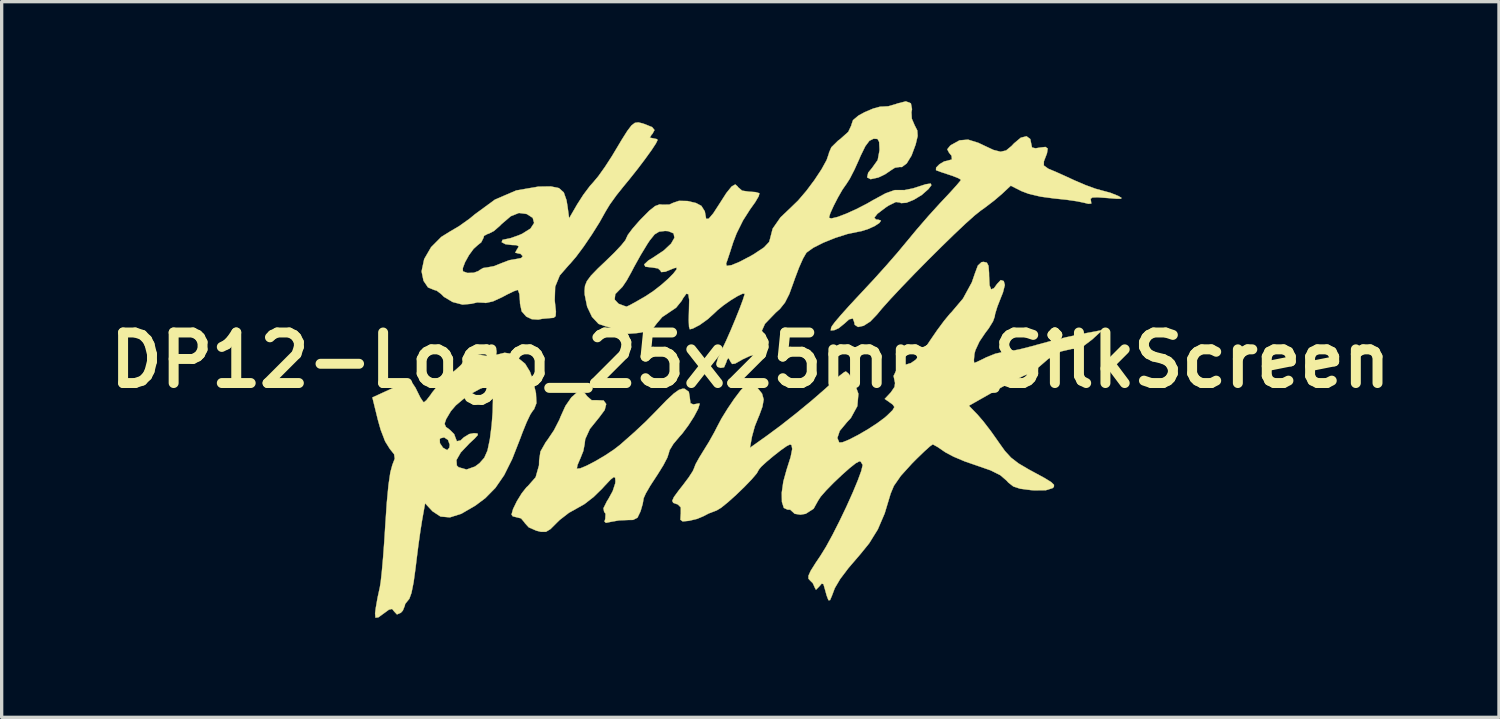
<source format=kicad_pcb>
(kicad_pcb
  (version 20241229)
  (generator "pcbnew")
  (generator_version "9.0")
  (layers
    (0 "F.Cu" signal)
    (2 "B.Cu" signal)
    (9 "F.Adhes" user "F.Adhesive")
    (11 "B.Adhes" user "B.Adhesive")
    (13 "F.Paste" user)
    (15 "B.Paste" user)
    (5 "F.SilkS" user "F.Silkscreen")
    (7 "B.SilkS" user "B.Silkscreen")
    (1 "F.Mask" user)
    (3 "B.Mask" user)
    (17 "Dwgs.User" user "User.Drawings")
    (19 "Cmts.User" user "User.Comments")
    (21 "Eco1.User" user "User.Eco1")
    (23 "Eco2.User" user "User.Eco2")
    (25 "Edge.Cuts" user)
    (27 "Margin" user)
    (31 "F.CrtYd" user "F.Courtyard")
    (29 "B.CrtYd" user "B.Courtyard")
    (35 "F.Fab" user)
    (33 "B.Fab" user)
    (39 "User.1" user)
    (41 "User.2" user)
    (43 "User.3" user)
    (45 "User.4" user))
  (footprint "DP12-Logo_25x25mm_SilkScreen"
    (layer "F.Cu")
    (at 19.565 7.806)
    (property "Reference" "DP12-Logo_25x25mm_SilkScreen" (at 0 0 0) (layer "F.SilkS") (effects (font (size 1.524 1.524) (thickness 0.3))))
    (attr through_hole)
    (fp_poly (pts (xy 8.439 -6.664) (xy 8.467 -6.524) (xy 8.491 -6.411) (xy 8.596 -6.386) (xy 8.734 -6.408) (xy 8.898 -6.427) (xy 8.964 -6.379) (xy 8.942 -6.235) (xy 8.849 -5.992) (xy 8.847 -5.868) (xy 8.983 -5.77) (xy 9.03 -5.751) (xy 9.235 -5.664) (xy 9.524 -5.534) (xy 9.779 -5.416) (xy 10.096 -5.28) (xy 10.399 -5.169) (xy 10.583 -5.118) (xy 10.854 -5.045) (xy 11.091 -4.95) (xy 11.091 -4.95) (xy 11.187 -4.893) (xy 11.175 -4.866) (xy 11.037 -4.866) (xy 10.76 -4.888) (xy 10.467 -4.909) (xy 10.31 -4.903) (xy 10.257 -4.863) (xy 10.267 -4.804) (xy 10.278 -4.72) (xy 10.188 -4.713) (xy 10.058 -4.746) (xy 9.844 -4.79) (xy 9.527 -4.836) (xy 9.174 -4.873) (xy 9.153 -4.875) (xy 8.752 -4.929) (xy 8.391 -5.014) (xy 8.179 -5.094) (xy 7.85 -5.259) (xy 7.587 -5.013) (xy 7.354 -4.814) (xy 7.069 -4.596) (xy 6.943 -4.507) (xy 6.763 -4.363) (xy 6.49 -4.119) (xy 6.149 -3.797) (xy 5.763 -3.421) (xy 5.354 -3.015) (xy 4.947 -2.602) (xy 4.564 -2.204) (xy 4.228 -1.846) (xy 3.964 -1.551) (xy 3.819 -1.376) (xy 3.618 -1.166) (xy 3.416 -1.037) (xy 3.248 -1) (xy 3.147 -1.066) (xy 3.133 -1.143) (xy 3.091 -1.258) (xy 2.976 -1.229) (xy 2.844 -1.109) (xy 2.667 -0.966) (xy 2.536 -0.906) (xy 2.425 -0.895) (xy 2.437 -0.979) (xy 2.462 -1.029) (xy 2.551 -1.149) (xy 2.733 -1.363) (xy 2.985 -1.644) (xy 3.282 -1.964) (xy 3.375 -2.063) (xy 3.732 -2.446) (xy 4.1 -2.855) (xy 4.435 -3.239) (xy 4.696 -3.553) (xy 4.703 -3.561) (xy 5.009 -3.93) (xy 5.366 -4.343) (xy 5.709 -4.721) (xy 5.778 -4.794) (xy 6.021 -5.053) (xy 6.213 -5.266) (xy 6.328 -5.402) (xy 6.35 -5.436) (xy 6.277 -5.483) (xy 6.094 -5.556) (xy 5.99 -5.59) (xy 5.766 -5.664) (xy 5.621 -5.717) (xy 5.597 -5.729) (xy 5.601 -5.804) (xy 5.702 -5.906) (xy 5.844 -5.99) (xy 5.937 -6.011) (xy 6.077 -6.05) (xy 6.066 -6.161) (xy 5.99 -6.254) (xy 5.937 -6.356) (xy 6.022 -6.462) (xy 6.054 -6.486) (xy 6.307 -6.626) (xy 6.564 -6.647) (xy 6.873 -6.551) (xy 7.014 -6.484) (xy 7.328 -6.337) (xy 7.544 -6.282) (xy 7.711 -6.321) (xy 7.875 -6.456) (xy 7.947 -6.533) (xy 8.152 -6.705) (xy 8.326 -6.749) (xy 8.439 -6.664)) (stroke (width 0.01) (type solid)) (fill yes) (layer "F.SilkS"))
    (fp_poly (pts (xy -1.979 0.862) (xy -1.853 0.953) (xy -1.824 1.129) (xy -1.804 1.296) (xy -1.718 1.334) (xy -1.676 1.326) (xy -1.55 1.304) (xy -1.524 1.311) (xy -1.572 1.465) (xy -1.696 1.699) (xy -1.865 1.963) (xy -2.046 2.206) (xy -2.141 2.313) (xy -2.32 2.526) (xy -2.434 2.715) (xy -2.455 2.795) (xy -2.501 2.937) (xy -2.623 3.17) (xy -2.796 3.449) (xy -2.836 3.509) (xy -3.016 3.785) (xy -3.15 4.017) (xy -3.215 4.162) (xy -3.217 4.179) (xy -3.244 4.334) (xy -3.308 4.553) (xy -3.311 4.561) (xy -3.401 4.748) (xy -3.534 4.815) (xy -3.671 4.817) (xy -3.955 4.829) (xy -4.184 4.869) (xy -4.351 4.903) (xy -4.395 4.863) (xy -4.371 4.782) (xy -4.363 4.629) (xy -4.406 4.57) (xy -4.426 4.463) (xy -4.318 4.246) (xy -4.282 4.192) (xy -4.147 3.945) (xy -4.071 3.713) (xy -4.065 3.65) (xy -4.073 3.544) (xy -4.113 3.522) (xy -4.209 3.597) (xy -4.383 3.781) (xy -4.467 3.873) (xy -4.724 4.124) (xy -4.997 4.336) (xy -5.203 4.453) (xy -5.468 4.601) (xy -5.743 4.814) (xy -5.838 4.906) (xy -6.024 5.092) (xy -6.159 5.173) (xy -6.306 5.174) (xy -6.449 5.139) (xy -6.679 5.038) (xy -6.799 4.906) (xy -6.801 4.897) (xy -6.91 4.768) (xy -7.019 4.741) (xy -7.161 4.706) (xy -7.197 4.653) (xy -7.15 4.486) (xy -7.035 4.25) (xy -6.888 4.011) (xy -6.746 3.832) (xy -6.703 3.794) (xy -6.47 3.529) (xy -6.368 3.168) (xy -6.365 3.027) (xy -6.325 2.754) (xy -6.166 2.473) (xy -6.113 2.403) (xy -5.918 2.113) (xy -5.752 1.789) (xy -5.715 1.696) (xy -5.571 1.379) (xy -5.393 1.122) (xy -5.213 0.963) (xy -5.111 0.931) (xy -4.986 0.998) (xy -4.917 1.089) (xy -4.782 1.207) (xy -4.618 1.207) (xy -4.421 1.215) (xy -4.343 1.322) (xy -4.389 1.502) (xy -4.551 1.72) (xy -4.836 2.073) (xy -4.976 2.38) (xy -4.995 2.539) (xy -5.034 2.739) (xy -5.127 2.972) (xy -5.129 2.975) (xy -5.208 3.158) (xy -5.228 3.265) (xy -5.225 3.27) (xy -5.126 3.261) (xy -4.927 3.178) (xy -4.666 3.042) (xy -4.383 2.875) (xy -4.117 2.699) (xy -3.923 2.549) (xy -3.488 2.165) (xy -3.144 1.843) (xy -2.847 1.542) (xy -2.836 1.531) (xy -2.531 1.215) (xy -2.312 1.01) (xy -2.155 0.897) (xy -2.037 0.858) (xy -1.979 0.862)) (stroke (width 0.01) (type solid)) (fill yes) (layer "F.SilkS"))
    (fp_poly (pts (xy -3.253 -7.138) (xy -3.181 -7.114) (xy -2.959 -7.024) (xy -2.888 -6.936) (xy -2.95 -6.822) (xy -2.98 -6.79) (xy -3.03 -6.708) (xy -2.938 -6.689) (xy -2.815 -6.663) (xy -2.794 -6.637) (xy -2.844 -6.534) (xy -2.977 -6.331) (xy -3.171 -6.062) (xy -3.402 -5.757) (xy -3.646 -5.45) (xy -3.812 -5.249) (xy -4.037 -4.968) (xy -4.237 -4.689) (xy -4.359 -4.487) (xy -4.545 -4.155) (xy -4.777 -3.786) (xy -5.023 -3.423) (xy -5.254 -3.113) (xy -5.438 -2.899) (xy -5.46 -2.879) (xy -5.743 -2.554) (xy -5.882 -2.214) (xy -5.895 -1.805) (xy -5.887 -1.724) (xy -5.859 -1.463) (xy -5.868 -1.327) (xy -5.927 -1.277) (xy -6.026 -1.269) (xy -6.265 -1.248) (xy -6.392 -1.223) (xy -6.586 -1.236) (xy -6.752 -1.314) (xy -6.891 -1.471) (xy -6.941 -1.71) (xy -6.943 -1.783) (xy -6.959 -1.993) (xy -7.001 -2.109) (xy -7.017 -2.117) (xy -7.127 -2.078) (xy -7.33 -1.98) (xy -7.481 -1.899) (xy -7.757 -1.772) (xy -7.973 -1.725) (xy -8.03 -1.732) (xy -8.229 -1.741) (xy -8.41 -1.699) (xy -8.672 -1.675) (xy -8.972 -1.753) (xy -9.235 -1.91) (xy -9.309 -1.985) (xy -9.451 -2.095) (xy -9.529 -2.117) (xy -9.714 -2.193) (xy -9.849 -2.392) (xy -9.906 -2.666) (xy -9.906 -2.683) (xy -9.888 -2.771) (xy -8.667 -2.771) (xy -8.661 -2.677) (xy -8.525 -2.629) (xy -8.335 -2.635) (xy -8.189 -2.689) (xy -8.17 -2.709) (xy -8.052 -2.778) (xy -7.933 -2.795) (xy -7.724 -2.834) (xy -7.504 -2.922) (xy -7.266 -3.013) (xy -7.06 -3.048) (xy -6.906 -3.078) (xy -6.858 -3.133) (xy -6.927 -3.206) (xy -6.995 -3.217) (xy -7.085 -3.24) (xy -7.037 -3.332) (xy -7.027 -3.344) (xy -6.978 -3.432) (xy -7.053 -3.467) (xy -7.181 -3.471) (xy -7.381 -3.496) (xy -7.493 -3.556) (xy -7.47 -3.626) (xy -7.392 -3.643) (xy -7.224 -3.678) (xy -6.982 -3.764) (xy -6.879 -3.808) (xy -6.625 -3.967) (xy -6.516 -4.135) (xy -6.558 -4.29) (xy -6.737 -4.405) (xy -6.975 -4.437) (xy -7.22 -4.339) (xy -7.5 -4.1) (xy -7.548 -4.05) (xy -7.727 -3.894) (xy -7.884 -3.813) (xy -7.908 -3.81) (xy -8.026 -3.747) (xy -8.043 -3.686) (xy -8.111 -3.551) (xy -8.212 -3.471) (xy -8.341 -3.355) (xy -8.48 -3.165) (xy -8.598 -2.952) (xy -8.667 -2.771) (xy -9.888 -2.771) (xy -9.829 -3.048) (xy -9.621 -3.406) (xy -9.315 -3.714) (xy -9.063 -3.871) (xy -8.774 -4.041) (xy -8.458 -4.267) (xy -8.297 -4.4) (xy -7.696 -4.84) (xy -7.053 -5.116) (xy -6.388 -5.231) (xy -6.012 -5.237) (xy -5.768 -5.186) (xy -5.622 -5.056) (xy -5.54 -4.822) (xy -5.508 -4.628) (xy -5.461 -4.276) (xy -5.216 -4.699) (xy -5.032 -4.986) (xy -4.834 -5.25) (xy -4.735 -5.36) (xy -4.581 -5.544) (xy -4.381 -5.825) (xy -4.171 -6.149) (xy -4.111 -6.249) (xy -3.876 -6.642) (xy -3.707 -6.91) (xy -3.582 -7.074) (xy -3.479 -7.153) (xy -3.376 -7.167) (xy -3.253 -7.138)) (stroke (width 0.01) (type solid)) (fill yes) (layer "F.SilkS"))
    (fp_poly (pts (xy -7.236 -0.198) (xy -7.024 -0.082) (xy -7.006 -0.071) (xy -6.787 0.108) (xy -6.642 0.345) (xy -6.565 0.563) (xy -6.461 0.993) (xy -6.446 1.295) (xy -6.52 1.484) (xy -6.55 1.515) (xy -6.629 1.634) (xy -6.742 1.871) (xy -6.87 2.187) (xy -6.933 2.357) (xy -7.177 2.98) (xy -7.419 3.466) (xy -7.682 3.848) (xy -7.987 4.158) (xy -8.284 4.381) (xy -8.708 4.628) (xy -9.054 4.738) (xy -9.337 4.713) (xy -9.577 4.556) (xy -9.604 4.527) (xy -9.802 4.314) (xy -9.895 4.837) (xy -9.945 5.154) (xy -10.004 5.573) (xy -10.061 6.024) (xy -10.089 6.258) (xy -10.149 6.696) (xy -10.213 7.015) (xy -10.278 7.194) (xy -10.302 7.222) (xy -10.403 7.348) (xy -10.414 7.402) (xy -10.473 7.548) (xy -10.534 7.614) (xy -10.65 7.664) (xy -10.73 7.579) (xy -10.797 7.498) (xy -10.892 7.52) (xy -11.025 7.617) (xy -11.212 7.752) (xy -11.298 7.761) (xy -11.309 7.629) (xy -11.289 7.472) (xy -11.235 7.162) (xy -11.169 6.86) (xy -11.168 6.858) (xy -11.139 6.679) (xy -11.105 6.364) (xy -11.068 5.947) (xy -11.032 5.461) (xy -11.003 4.995) (xy -10.957 4.306) (xy -10.906 3.766) (xy -10.85 3.383) (xy -10.791 3.164) (xy -10.79 3.16) (xy -10.716 2.967) (xy -10.736 2.835) (xy -10.863 2.677) (xy -10.865 2.675) (xy -11.004 2.452) (xy -11.033 2.378) (xy -9.36 2.378) (xy -9.355 2.502) (xy -9.263 2.639) (xy -9.141 2.709) (xy -9.134 2.709) (xy -9.072 2.639) (xy -9.059 2.549) (xy -9.112 2.404) (xy -9.228 2.327) (xy -9.342 2.355) (xy -9.36 2.378) (xy -11.033 2.378) (xy -11.14 2.1) (xy -11.192 1.918) (xy -9.216 1.918) (xy -9.174 2.013) (xy -9.059 2.097) (xy -8.926 2.229) (xy -8.89 2.329) (xy -8.845 2.443) (xy -8.733 2.42) (xy -8.636 2.328) (xy -8.472 2.227) (xy -8.329 2.201) (xy -8.223 2.21) (xy -8.213 2.255) (xy -8.31 2.363) (xy -8.463 2.504) (xy -8.727 2.782) (xy -8.857 3.01) (xy -8.846 3.175) (xy -8.793 3.227) (xy -8.555 3.296) (xy -8.297 3.206) (xy -8.161 3.104) (xy -8.017 2.941) (xy -7.921 2.722) (xy -7.851 2.39) (xy -7.847 2.363) (xy -7.796 1.961) (xy -7.766 1.565) (xy -7.757 1.214) (xy -7.769 0.947) (xy -7.805 0.804) (xy -7.81 0.797) (xy -7.931 0.785) (xy -8.139 0.86) (xy -8.393 0.999) (xy -8.653 1.175) (xy -8.879 1.365) (xy -9.025 1.536) (xy -9.167 1.774) (xy -9.216 1.918) (xy -11.192 1.918) (xy -11.227 1.792) (xy -11.391 1.124) (xy -10.881 0.89) (xy -10.607 0.765) (xy -10.39 0.668) (xy -10.283 0.622) (xy -10.199 0.671) (xy -10.091 0.833) (xy -10.044 0.929) (xy -9.941 1.135) (xy -9.858 1.256) (xy -9.836 1.269) (xy -9.759 1.204) (xy -9.635 1.043) (xy -9.593 0.98) (xy -9.402 0.743) (xy -9.155 0.508) (xy -9.085 0.452) (xy -8.881 0.292) (xy -8.737 0.163) (xy -8.705 0.128) (xy -8.547 -0.096) (xy -8.434 -0.202) (xy -8.32 -0.216) (xy -8.168 -0.168) (xy -7.907 -0.115) (xy -7.618 -0.17) (xy -7.616 -0.171) (xy -7.405 -0.223) (xy -7.236 -0.198)) (stroke (width 0.01) (type solid)) (fill yes) (layer "F.SilkS"))
    (fp_poly (pts (xy 7.13 -2.94) (xy 7.18 -2.843) (xy 7.196 -2.63) (xy 7.197 -2.54) (xy 7.211 -2.256) (xy 7.259 -2.134) (xy 7.345 -2.169) (xy 7.437 -2.296) (xy 7.549 -2.414) (xy 7.639 -2.385) (xy 7.672 -2.265) (xy 7.615 -2.04) (xy 7.548 -1.873) (xy 7.445 -1.609) (xy 7.379 -1.393) (xy 7.366 -1.311) (xy 7.315 -1.169) (xy 7.186 -0.959) (xy 7.08 -0.819) (xy 6.906 -0.561) (xy 6.785 -0.301) (xy 6.756 -0.191) (xy 6.739 -0.004) (xy 6.747 0.084) (xy 6.749 0.085) (xy 6.836 0.05) (xy 7.02 -0.038) (xy 7.112 -0.085) (xy 7.377 -0.192) (xy 7.626 -0.25) (xy 7.68 -0.253) (xy 7.869 -0.276) (xy 8.165 -0.338) (xy 8.514 -0.427) (xy 8.636 -0.462) (xy 9.067 -0.579) (xy 9.534 -0.694) (xy 9.945 -0.782) (xy 9.984 -0.789) (xy 10.613 -0.907) (xy 10.303 -0.623) (xy 10.04 -0.424) (xy 9.791 -0.344) (xy 9.69 -0.339) (xy 9.358 -0.262) (xy 8.978 -0.036) (xy 8.618 0.275) (xy 8.464 0.39) (xy 8.366 0.423) (xy 8.256 0.463) (xy 8.033 0.571) (xy 7.731 0.73) (xy 7.427 0.898) (xy 6.589 1.373) (xy 6.848 1.64) (xy 7.026 1.847) (xy 7.248 2.136) (xy 7.467 2.445) (xy 7.473 2.455) (xy 7.672 2.734) (xy 7.859 2.938) (xy 8.083 3.111) (xy 8.393 3.294) (xy 8.547 3.377) (xy 8.873 3.554) (xy 9.069 3.675) (xy 9.154 3.758) (xy 9.15 3.819) (xy 9.11 3.857) (xy 8.905 3.921) (xy 8.55 3.923) (xy 8.445 3.915) (xy 8.132 3.874) (xy 7.929 3.807) (xy 7.778 3.689) (xy 7.723 3.628) (xy 7.536 3.467) (xy 7.244 3.321) (xy 6.825 3.175) (xy 6.462 3.05) (xy 6.127 2.908) (xy 5.88 2.777) (xy 5.842 2.751) (xy 5.651 2.62) (xy 5.518 2.546) (xy 5.496 2.54) (xy 5.415 2.597) (xy 5.246 2.749) (xy 5.017 2.97) (xy 4.877 3.111) (xy 4.539 3.484) (xy 4.327 3.789) (xy 4.23 4.022) (xy 4.05 4.619) (xy 3.843 5.101) (xy 3.583 5.52) (xy 3.316 5.849) (xy 2.958 6.266) (xy 2.708 6.597) (xy 2.547 6.87) (xy 2.46 7.101) (xy 2.404 7.232) (xy 2.356 7.236) (xy 2.303 7.099) (xy 2.251 6.911) (xy 2.204 6.749) (xy 2.151 6.735) (xy 2.073 6.826) (xy 1.98 6.92) (xy 1.95 6.867) (xy 1.885 6.723) (xy 1.809 6.648) (xy 1.753 6.587) (xy 1.753 6.498) (xy 1.819 6.351) (xy 1.965 6.118) (xy 2.115 5.895) (xy 2.283 5.623) (xy 2.479 5.264) (xy 2.688 4.852) (xy 2.895 4.42) (xy 3.083 4.002) (xy 3.238 3.63) (xy 3.345 3.339) (xy 3.387 3.161) (xy 3.387 3.155) (xy 3.325 3.056) (xy 3.288 3.048) (xy 3.18 3.105) (xy 2.992 3.254) (xy 2.758 3.462) (xy 2.511 3.696) (xy 2.288 3.924) (xy 2.121 4.114) (xy 2.045 4.232) (xy 2.044 4.233) (xy 1.908 4.478) (xy 1.67 4.63) (xy 1.511 4.657) (xy 1.338 4.63) (xy 1.27 4.568) (xy 1.202 4.506) (xy 1.122 4.505) (xy 1.011 4.453) (xy 0.953 4.272) (xy 0.948 3.996) (xy 0.996 3.657) (xy 1.096 3.297) (xy 1.216 2.919) (xy 1.264 2.677) (xy 1.243 2.559) (xy 1.197 2.54) (xy 1.096 2.59) (xy 0.916 2.717) (xy 0.699 2.887) (xy 0.488 3.064) (xy 0.326 3.214) (xy 0.254 3.303) (xy 0.254 3.307) (xy 0.195 3.412) (xy 0.039 3.595) (xy -0.179 3.821) (xy -0.427 4.06) (xy -0.671 4.279) (xy -0.877 4.446) (xy -1.012 4.528) (xy -1.016 4.53) (xy -1.254 4.62) (xy -1.397 4.695) (xy -1.602 4.783) (xy -1.849 4.842) (xy -2.039 4.86) (xy -2.107 4.808) (xy -2.098 4.65) (xy -2.095 4.632) (xy -2.095 4.437) (xy -2.185 4.348) (xy -2.214 4.339) (xy -2.321 4.301) (xy -2.353 4.24) (xy -2.302 4.125) (xy -2.158 3.928) (xy -2.032 3.768) (xy -1.857 3.535) (xy -1.735 3.347) (xy -1.694 3.255) (xy -1.651 3.14) (xy -1.538 2.936) (xy -1.422 2.747) (xy -1.241 2.454) (xy -1.078 2.162) (xy -1.007 2.022) (xy -0.87 1.762) (xy -0.686 1.464) (xy -0.487 1.17) (xy -0.3 0.923) (xy -0.156 0.764) (xy -0.12 0.737) (xy 0.041 0.73) (xy 0.216 0.835) (xy 0.354 1.008) (xy 0.403 1.185) (xy 0.365 1.403) (xy 0.272 1.658) (xy 0.256 1.693) (xy 0.136 1.991) (xy 0.05 2.305) (xy 0.048 2.316) (xy -0.011 2.642) (xy 0.481 2.292) (xy 0.907 1.977) (xy 1.378 1.607) (xy 1.845 1.223) (xy 2.257 0.865) (xy 2.484 0.656) (xy 2.679 0.479) (xy 2.828 0.364) (xy 2.88 0.339) (xy 2.961 0.405) (xy 3.082 0.57) (xy 3.124 0.64) (xy 3.258 1.014) (xy 3.226 1.386) (xy 3.031 1.742) (xy 2.911 1.872) (xy 2.696 2.131) (xy 2.624 2.345) (xy 2.681 2.483) (xy 2.781 2.475) (xy 2.983 2.392) (xy 3.248 2.255) (xy 3.54 2.086) (xy 3.82 1.904) (xy 4.051 1.733) (xy 4.125 1.668) (xy 4.29 1.506) (xy 4.343 1.412) (xy 4.296 1.341) (xy 4.225 1.289) (xy 4.052 1.167) (xy 4.236 0.971) (xy 4.347 0.808) (xy 4.364 0.683) (xy 4.361 0.679) (xy 4.319 0.475) (xy 4.413 0.284) (xy 4.616 0.154) (xy 4.689 0.134) (xy 4.842 0.087) (xy 4.982 -0.01) (xy 5.138 -0.187) (xy 5.339 -0.472) (xy 5.412 -0.582) (xy 5.631 -0.902) (xy 5.844 -1.189) (xy 6.016 -1.397) (xy 6.066 -1.448) (xy 6.411 -1.856) (xy 6.677 -2.344) (xy 6.77 -2.613) (xy 6.859 -2.852) (xy 6.968 -2.954) (xy 7.031 -2.963) (xy 7.13 -2.94)) (stroke (width 0.01) (type solid)) (fill yes) (layer "F.SilkS"))
    (fp_poly (pts (xy 4.84 -7.742) (xy 4.874 -7.565) (xy 4.857 -7.476) (xy 4.868 -7.279) (xy 4.951 -7.085) (xy 5.033 -6.924) (xy 5.044 -6.757) (xy 4.986 -6.511) (xy 4.985 -6.505) (xy 4.859 -6.166) (xy 4.714 -5.93) (xy 4.568 -5.821) (xy 4.503 -5.823) (xy 4.359 -5.801) (xy 4.249 -5.73) (xy 4.063 -5.603) (xy 3.86 -5.506) (xy 3.627 -5.455) (xy 3.521 -5.51) (xy 3.554 -5.651) (xy 3.673 -5.797) (xy 3.84 -6.031) (xy 3.894 -6.32) (xy 3.895 -6.36) (xy 3.884 -6.577) (xy 3.835 -6.668) (xy 3.722 -6.675) (xy 3.711 -6.673) (xy 3.59 -6.613) (xy 3.467 -6.45) (xy 3.324 -6.158) (xy 3.28 -6.054) (xy 3.138 -5.74) (xy 2.999 -5.47) (xy 2.89 -5.3) (xy 2.883 -5.292) (xy 2.776 -5.138) (xy 2.643 -4.906) (xy 2.512 -4.652) (xy 2.412 -4.431) (xy 2.371 -4.297) (xy 2.371 -4.295) (xy 2.439 -4.271) (xy 2.622 -4.314) (xy 2.886 -4.413) (xy 3.197 -4.553) (xy 3.521 -4.72) (xy 3.686 -4.816) (xy 4.078 -5.029) (xy 4.35 -5.126) (xy 4.457 -5.127) (xy 4.648 -5.126) (xy 4.907 -5.179) (xy 4.997 -5.208) (xy 5.288 -5.302) (xy 5.437 -5.324) (xy 5.458 -5.274) (xy 5.368 -5.156) (xy 5.167 -4.979) (xy 4.929 -4.835) (xy 4.705 -4.745) (xy 4.543 -4.734) (xy 4.51 -4.752) (xy 4.388 -4.768) (xy 4.168 -4.66) (xy 4.078 -4.6) (xy 3.833 -4.414) (xy 3.738 -4.295) (xy 3.789 -4.24) (xy 3.864 -4.233) (xy 3.939 -4.206) (xy 3.892 -4.137) (xy 3.757 -4.048) (xy 3.569 -3.96) (xy 3.364 -3.893) (xy 3.26 -3.873) (xy 2.933 -3.805) (xy 2.565 -3.688) (xy 2.204 -3.543) (xy 1.9 -3.39) (xy 1.704 -3.249) (xy 1.685 -3.228) (xy 1.589 -3.063) (xy 1.467 -2.788) (xy 1.342 -2.456) (xy 1.311 -2.367) (xy 1.175 -1.993) (xy 1.044 -1.735) (xy 0.892 -1.544) (xy 0.761 -1.428) (xy 0.442 -1.096) (xy 0.285 -0.744) (xy 0.284 -0.423) (xy 0.302 -0.244) (xy 0.242 -0.176) (xy 0.169 -0.169) (xy -0.011 -0.127) (xy -0.238 -0.022) (xy -0.272 -0.001) (xy -0.455 0.102) (xy -0.547 0.115) (xy -0.6 0.041) (xy -0.608 0.02) (xy -0.659 -0.069) (xy -0.701 -0.009) (xy -0.725 0.064) (xy -0.791 0.215) (xy -0.895 0.233) (xy -0.993 0.199) (xy -1.027 0.12) (xy -0.974 -0.065) (xy -0.845 -0.341) (xy -0.727 -0.59) (xy -0.589 -0.903) (xy -0.448 -1.24) (xy -0.32 -1.559) (xy -0.223 -1.819) (xy -0.173 -1.978) (xy -0.169 -2.001) (xy -0.229 -2.006) (xy -0.383 -1.932) (xy -0.588 -1.807) (xy -0.805 -1.656) (xy -0.992 -1.504) (xy -1.058 -1.44) (xy -1.278 -1.239) (xy -1.52 -1.065) (xy -1.731 -0.954) (xy -1.823 -0.931) (xy -1.847 -1.008) (xy -1.856 -1.21) (xy -1.849 -1.482) (xy -1.842 -1.816) (xy -1.867 -1.988) (xy -1.928 -2.003) (xy -2.027 -1.866) (xy -2.068 -1.79) (xy -2.236 -1.582) (xy -2.435 -1.448) (xy -2.655 -1.3) (xy -2.818 -1.109) (xy -2.928 -0.965) (xy -3.079 -0.88) (xy -3.327 -0.828) (xy -3.439 -0.814) (xy -3.749 -0.791) (xy -3.944 -0.817) (xy -4.062 -0.887) (xy -4.239 -0.992) (xy -4.349 -1.016) (xy -4.574 -1.094) (xy -4.771 -1.305) (xy -4.917 -1.611) (xy -4.961 -1.827) (xy -4.089 -1.827) (xy -3.973 -1.702) (xy -3.957 -1.695) (xy -3.796 -1.635) (xy -3.73 -1.614) (xy -3.645 -1.652) (xy -3.453 -1.756) (xy -3.193 -1.906) (xy -3.138 -1.939) (xy -2.915 -2.088) (xy -2.688 -2.265) (xy -2.482 -2.446) (xy -2.32 -2.61) (xy -2.225 -2.732) (xy -2.22 -2.789) (xy -2.294 -2.774) (xy -2.477 -2.7) (xy -2.561 -2.666) (xy -2.685 -2.655) (xy -2.709 -2.7) (xy -2.783 -2.766) (xy -2.96 -2.794) (xy -2.963 -2.794) (xy -3.162 -2.817) (xy -3.199 -2.886) (xy -3.074 -3.003) (xy -2.942 -3.084) (xy -2.609 -3.305) (xy -2.388 -3.512) (xy -2.286 -3.69) (xy -2.312 -3.821) (xy -2.473 -3.889) (xy -2.568 -3.895) (xy -2.746 -3.875) (xy -2.885 -3.791) (xy -3.033 -3.607) (xy -3.108 -3.493) (xy -3.305 -3.168) (xy -3.507 -2.805) (xy -3.587 -2.651) (xy -3.727 -2.399) (xy -3.855 -2.21) (xy -3.921 -2.143) (xy -4.07 -1.991) (xy -4.089 -1.827) (xy -4.961 -1.827) (xy -4.991 -1.975) (xy -4.995 -2.09) (xy -4.982 -2.242) (xy -4.925 -2.383) (xy -4.804 -2.546) (xy -4.594 -2.763) (xy -4.359 -2.986) (xy -4.096 -3.242) (xy -3.888 -3.463) (xy -3.763 -3.619) (xy -3.739 -3.674) (xy -3.691 -3.776) (xy -3.552 -3.962) (xy -3.349 -4.195) (xy -3.295 -4.252) (xy -3.044 -4.505) (xy -2.867 -4.645) (xy -2.732 -4.695) (xy -2.645 -4.687) (xy -2.442 -4.689) (xy -2.327 -4.742) (xy -2.15 -4.802) (xy -1.895 -4.797) (xy -1.637 -4.737) (xy -1.474 -4.65) (xy -1.371 -4.485) (xy -1.355 -4.392) (xy -1.33 -4.257) (xy -1.252 -4.266) (xy -1.117 -4.424) (xy -0.941 -4.695) (xy -0.722 -5.037) (xy -0.563 -5.234) (xy -0.453 -5.297) (xy -0.381 -5.236) (xy -0.373 -5.217) (xy -0.246 -5.109) (xy -0.047 -5.08) (xy 0.156 -5.066) (xy 0.273 -5.032) (xy 0.275 -5.03) (xy 0.254 -4.943) (xy 0.149 -4.764) (xy -0.008 -4.544) (xy -0.219 -4.213) (xy -0.414 -3.82) (xy -0.515 -3.556) (xy -0.609 -3.263) (xy -0.687 -3.028) (xy -0.73 -2.906) (xy -0.709 -2.842) (xy -0.564 -2.864) (xy -0.313 -2.969) (xy 0.026 -3.148) (xy 0.106 -3.194) (xy 0.412 -3.398) (xy 0.567 -3.562) (xy 0.593 -3.649) (xy 0.674 -3.964) (xy 0.911 -4.304) (xy 1.212 -4.59) (xy 1.442 -4.813) (xy 1.692 -5.106) (xy 1.936 -5.433) (xy 2.148 -5.754) (xy 2.301 -6.032) (xy 2.369 -6.23) (xy 2.371 -6.25) (xy 2.444 -6.418) (xy 2.643 -6.614) (xy 2.708 -6.662) (xy 2.953 -6.881) (xy 3.046 -7.078) (xy 3.046 -7.089) (xy 3.096 -7.235) (xy 3.261 -7.373) (xy 3.45 -7.476) (xy 3.705 -7.584) (xy 3.915 -7.641) (xy 3.992 -7.643) (xy 4.159 -7.653) (xy 4.389 -7.719) (xy 4.432 -7.736) (xy 4.689 -7.801) (xy 4.84 -7.742)) (stroke (width 0.01) (type solid)) (fill yes) (layer "F.SilkS")))
  (gr_rect
    (start -3 -3)
    (end 42.131 18.571)
    (stroke (width 0.1) (type default))
    (fill no)
    (layer "Edge.Cuts")))
</source>
